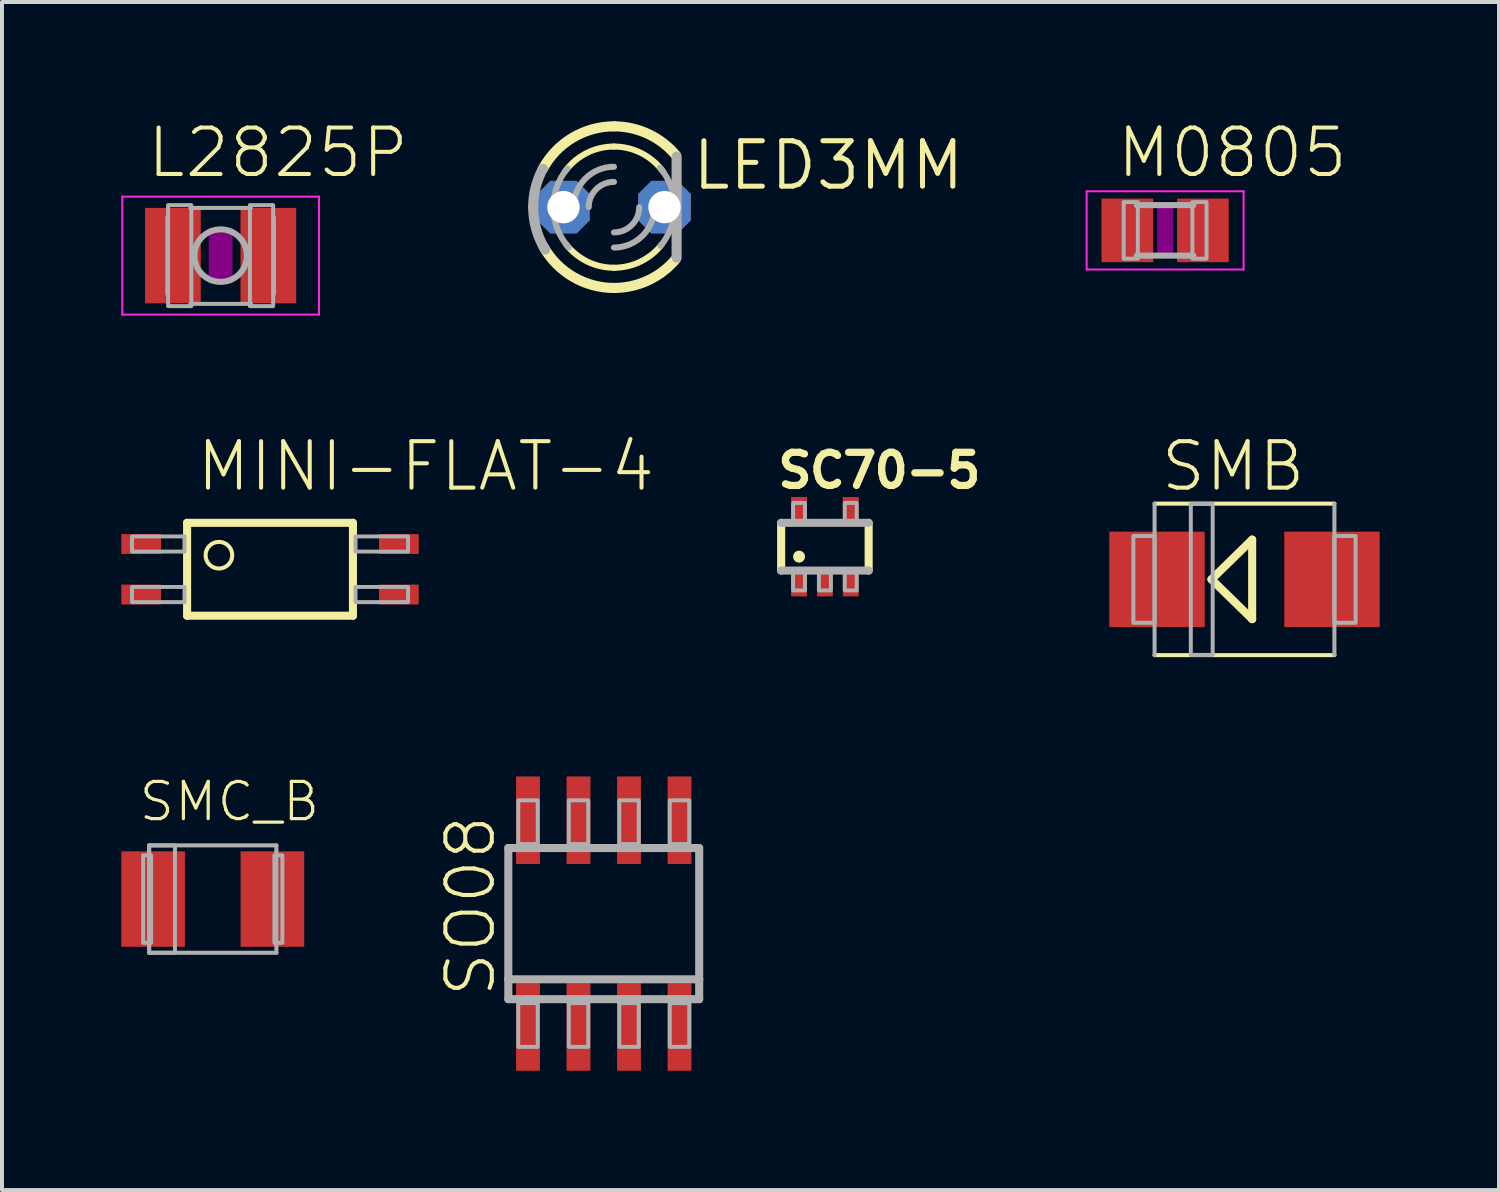
<source format=kicad_pcb>
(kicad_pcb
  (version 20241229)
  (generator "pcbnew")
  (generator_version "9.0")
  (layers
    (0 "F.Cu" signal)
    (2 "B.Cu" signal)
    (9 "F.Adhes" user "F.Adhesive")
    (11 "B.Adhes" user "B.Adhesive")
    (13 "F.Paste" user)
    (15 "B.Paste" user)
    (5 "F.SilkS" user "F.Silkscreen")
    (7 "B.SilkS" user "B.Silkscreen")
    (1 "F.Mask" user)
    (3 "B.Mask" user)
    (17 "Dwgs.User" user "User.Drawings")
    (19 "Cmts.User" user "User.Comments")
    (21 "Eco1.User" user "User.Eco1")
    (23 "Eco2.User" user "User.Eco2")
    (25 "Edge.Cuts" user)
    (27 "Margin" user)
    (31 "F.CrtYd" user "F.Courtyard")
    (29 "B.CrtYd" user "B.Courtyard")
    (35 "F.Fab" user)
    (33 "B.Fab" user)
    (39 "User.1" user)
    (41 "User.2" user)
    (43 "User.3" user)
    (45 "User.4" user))
  (footprint "SO08"
    (layer "F.Cu")
    (at 12.132 20.175)
    (property "Reference" "SO08" (at -2.667 1.905 90) (layer "F.SilkS") (effects (font (size 1.168 1.168) (thickness 0.102)) (justify left bottom)))
    (fp_line (start -2.4 -1.9) (end 2.4 -1.9) (stroke (width 0.203) (type solid)) (layer "F.Fab"))
    (fp_line (start -2.4 1.4) (end -2.4 -1.9) (stroke (width 0.203) (type solid)) (layer "F.Fab"))
    (fp_line (start -2.4 1.9) (end -2.4 1.4) (stroke (width 0.203) (type solid)) (layer "F.Fab"))
    (fp_line (start 2.4 -1.9) (end 2.4 1.4) (stroke (width 0.203) (type solid)) (layer "F.Fab"))
    (fp_line (start 2.4 1.4) (end -2.4 1.4) (stroke (width 0.203) (type solid)) (layer "F.Fab"))
    (fp_line (start 2.4 1.4) (end 2.4 1.9) (stroke (width 0.203) (type solid)) (layer "F.Fab"))
    (fp_line (start 2.4 1.9) (end -2.4 1.9) (stroke (width 0.203) (type solid)) (layer "F.Fab"))
    (fp_poly (pts (xy -2.15 -2) (xy -1.66 -2) (xy -1.66 -3.1) (xy -2.15 -3.1)) (stroke (width 0.1) (type solid)) (fill no) (layer "F.Fab"))
    (fp_poly (pts (xy -2.15 3.1) (xy -1.66 3.1) (xy -1.66 2) (xy -2.15 2)) (stroke (width 0.1) (type solid)) (fill no) (layer "F.Fab"))
    (fp_poly (pts (xy -0.88 -2) (xy -0.39 -2) (xy -0.39 -3.1) (xy -0.88 -3.1)) (stroke (width 0.1) (type solid)) (fill no) (layer "F.Fab"))
    (fp_poly (pts (xy -0.88 3.1) (xy -0.39 3.1) (xy -0.39 2) (xy -0.88 2)) (stroke (width 0.1) (type solid)) (fill no) (layer "F.Fab"))
    (fp_poly (pts (xy 0.39 -2) (xy 0.88 -2) (xy 0.88 -3.1) (xy 0.39 -3.1)) (stroke (width 0.1) (type solid)) (fill no) (layer "F.Fab"))
    (fp_poly (pts (xy 0.39 3.1) (xy 0.88 3.1) (xy 0.88 2) (xy 0.39 2)) (stroke (width 0.1) (type solid)) (fill no) (layer "F.Fab"))
    (fp_poly (pts (xy 1.66 -2) (xy 2.15 -2) (xy 2.15 -3.1) (xy 1.66 -3.1)) (stroke (width 0.1) (type solid)) (fill no) (layer "F.Fab"))
    (fp_poly (pts (xy 1.66 3.1) (xy 2.15 3.1) (xy 2.15 2) (xy 1.66 2)) (stroke (width 0.1) (type solid)) (fill no) (layer "F.Fab"))
    (pad "1" smd rect (at -1.905 2.6) (size 0.6 2.2) (layers "F.Cu" "F.Mask" "F.Paste"))
    (pad "2" smd rect (at -0.635 2.6) (size 0.6 2.2) (layers "F.Cu" "F.Mask" "F.Paste"))
    (pad "3" smd rect (at 0.635 2.6) (size 0.6 2.2) (layers "F.Cu" "F.Mask" "F.Paste"))
    (pad "4" smd rect (at 1.905 2.6) (size 0.6 2.2) (layers "F.Cu" "F.Mask" "F.Paste"))
    (pad "5" smd rect (at 1.905 -2.6) (size 0.6 2.2) (layers "F.Cu" "F.Mask" "F.Paste"))
    (pad "6" smd rect (at 0.635 -2.6) (size 0.6 2.2) (layers "F.Cu" "F.Mask" "F.Paste"))
    (pad "7" smd rect (at -0.635 -2.6) (size 0.6 2.2) (layers "F.Cu" "F.Mask" "F.Paste"))
    (pad "8" smd rect (at -1.905 -2.6) (size 0.6 2.2) (layers "F.Cu" "F.Mask" "F.Paste")))
  (footprint "LED3MM"
    (layer "F.Cu")
    (at 12.389 2.159)
    (property "Reference" "LED3MM" (at 1.905 -0.381 0) (layer "F.SilkS") (effects (font (size 1.143 1.143) (thickness 0.127)) (justify left bottom)))
    (fp_arc (start -1.7929 -0.9562) (mid -1.045438 -1.7424) (end 0 -2.032) (stroke (width 0.254) (type solid)) (layer "F.SilkS"))
    (fp_arc (start -1.2192 -0.9144) (mid -0.681554 -1.363107) (end 0 -1.524) (stroke (width 0.1524) (type solid)) (layer "F.SilkS"))
    (fp_arc (start 0 -2.032) (mid 0.861864 -1.840173) (end 1.561 -1.3009) (stroke (width 0.254) (type solid)) (layer "F.SilkS"))
    (fp_arc (start 0 -1.524) (mid 0.697339 -1.355082) (end 1.2401 -0.885801) (stroke (width 0.1524) (type solid)) (layer "F.SilkS"))
    (fp_arc (start 0 1.524) (mid -0.669593 1.369018) (end -1.203 0.9356) (stroke (width 0.1524) (type solid)) (layer "F.SilkS"))
    (fp_arc (start 0 2.032) (mid -1.019924 1.757525) (end -1.7643 1.0082) (stroke (width 0.254) (type solid)) (layer "F.SilkS"))
    (fp_arc (start 1.203 0.9356) (mid 0.669593 1.369018) (end 0 1.524) (stroke (width 0.1524) (type solid)) (layer "F.SilkS"))
    (fp_arc (start 1.5512 1.3126) (mid 0.854953 1.843405) (end 0 2.032) (stroke (width 0.254) (type solid)) (layer "F.SilkS"))
    (fp_line (start 1.575 1.27) (end 1.575 -1.27) (stroke (width 0.254) (type solid)) (layer "F.Fab"))
    (fp_arc (start -2.032 0) (mid -1.970339 -0.496775) (end -1.7891 -0.9634) (stroke (width 0.254) (type solid)) (layer "F.Fab"))
    (fp_arc (start -1.7306 1.065) (mid -1.95521 0.553417) (end -2.032 0) (stroke (width 0.254) (type solid)) (layer "F.Fab"))
    (fp_arc (start -1.524 0) (mid -1.432981 -0.518783) (end -1.1708 -0.9756) (stroke (width 0.1524) (type solid)) (layer "F.Fab"))
    (fp_arc (start -1.1391 1.0125) (mid -1.42454 0.5416) (end -1.524 0) (stroke (width 0.1524) (type solid)) (layer "F.Fab"))
    (fp_arc (start -1.016 0) (mid -0.71842 -0.71842) (end 0 -1.016) (stroke (width 0.1524) (type solid)) (layer "F.Fab"))
    (fp_arc (start -0.635 0) (mid -0.449013 -0.449013) (end 0 -0.635) (stroke (width 0.1524) (type solid)) (layer "F.Fab"))
    (fp_arc (start 0.635 0) (mid 0.449013 0.449013) (end 0 0.635) (stroke (width 0.1524) (type solid)) (layer "F.Fab"))
    (fp_arc (start 1.016 0) (mid 0.71842 0.71842) (end 0 1.016) (stroke (width 0.1524) (type solid)) (layer "F.Fab"))
    (fp_arc (start 1.1571 -0.9918) (mid 1.429332 -0.528744) (end 1.524 0) (stroke (width 0.1524) (type solid)) (layer "F.Fab"))
    (fp_arc (start 1.524 0) (mid 1.432981 0.518783) (end 1.1708 0.9756) (stroke (width 0.1524) (type solid)) (layer "F.Fab"))
    (pad "A" thru_hole roundrect (at -1.27 0) (size 1.321 1.321) (drill 0.813) (layers "*.Cu" "*.Mask") (roundrect_rratio 0.25) (chamfer_ratio 0.25) (chamfer top_left top_right bottom_left bottom_right))
    (pad "K" thru_hole roundrect (at 1.27 0) (size 1.321 1.321) (drill 0.813) (layers "*.Cu" "*.Mask") (roundrect_rratio 0.25) (chamfer_ratio 0.25) (chamfer top_left top_right bottom_left bottom_right)))
  (footprint "L2825P"
    (layer "F.Cu")
    (at 2.498 3.378)
    (property "Reference" "L2825P" (at -1.905 -1.905 0) (layer "F.SilkS") (effects (font (size 1.168 1.168) (thickness 0.102)) (justify left bottom)))
    (fp_poly (pts (xy -0.3 0.7) (xy 0.3 0.7) (xy 0.3 -0.7) (xy -0.3 -0.7)) (stroke (width 0) (type solid)) (fill yes) (layer "F.Adhes"))
    (fp_line (start -2.473 -1.483) (end 2.473 -1.483) (stroke (width 0.051) (type solid)) (layer "F.CrtYd"))
    (fp_line (start -2.473 1.483) (end -2.473 -1.483) (stroke (width 0.051) (type solid)) (layer "F.CrtYd"))
    (fp_line (start 2.473 -1.483) (end 2.473 1.483) (stroke (width 0.051) (type solid)) (layer "F.CrtYd"))
    (fp_line (start 2.473 1.483) (end -2.473 1.483) (stroke (width 0.051) (type solid)) (layer "F.CrtYd"))
    (fp_line (start -1.34 -0.965) (end -1.34 0.965) (stroke (width 0.102) (type solid)) (layer "F.Fab"))
    (fp_line (start -0.762 -1.2) (end 0.762 -1.2) (stroke (width 0.102) (type solid)) (layer "F.Fab"))
    (fp_line (start -0.762 1.213) (end 0.762 1.213) (stroke (width 0.102) (type solid)) (layer "F.Fab"))
    (fp_line (start 1.34 0.965) (end 1.34 -0.965) (stroke (width 0.102) (type solid)) (layer "F.Fab"))
    (fp_circle (center 0 0) (end 0.66 0) (stroke (width 0.152) (type solid)) (fill no) (layer "F.Fab"))
    (fp_poly (pts (xy -1.321 1.27) (xy -0.737 1.27) (xy -0.737 -1.27) (xy -1.321 -1.27)) (stroke (width 0.1) (type solid)) (fill no) (layer "F.Fab"))
    (fp_poly (pts (xy 0.737 1.27) (xy 1.321 1.27) (xy 1.321 -1.27) (xy 0.737 -1.27)) (stroke (width 0.1) (type solid)) (fill no) (layer "F.Fab"))
    (pad "1" smd rect (at -1.2 0) (size 1.4 2.4) (layers "F.Cu" "F.Mask" "F.Paste"))
    (pad "2" smd rect (at 1.2 0) (size 1.4 2.4) (layers "F.Cu" "F.Mask" "F.Paste")))
  (footprint "M0805"
    (layer "F.Cu")
    (at 26.248 2.743)
    (property "Reference" "M0805" (at -1.27 -1.27 0) (layer "F.SilkS") (effects (font (size 1.168 1.168) (thickness 0.102)) (justify left bottom)))
    (fp_poly (pts (xy -0.2 0.6) (xy 0.2 0.6) (xy 0.2 -0.6) (xy -0.2 -0.6)) (stroke (width 0) (type solid)) (fill yes) (layer "F.Adhes"))
    (fp_line (start -1.973 -0.983) (end 1.973 -0.983) (stroke (width 0.051) (type solid)) (layer "F.CrtYd"))
    (fp_line (start -1.973 0.983) (end -1.973 -0.983) (stroke (width 0.051) (type solid)) (layer "F.CrtYd"))
    (fp_line (start 1.973 -0.983) (end 1.973 0.983) (stroke (width 0.051) (type solid)) (layer "F.CrtYd"))
    (fp_line (start 1.973 0.983) (end -1.973 0.983) (stroke (width 0.051) (type solid)) (layer "F.CrtYd"))
    (fp_line (start 0.711 -0.635) (end -0.711 -0.635) (stroke (width 0.152) (type solid)) (layer "F.Fab"))
    (fp_line (start 0.711 0.635) (end -0.711 0.635) (stroke (width 0.152) (type solid)) (layer "F.Fab"))
    (fp_poly (pts (xy -1.041 0.711) (xy -0.686 0.711) (xy -0.686 -0.711) (xy -1.041 -0.711)) (stroke (width 0.1) (type solid)) (fill no) (layer "F.Fab"))
    (fp_poly (pts (xy 0.686 0.711) (xy 1.041 0.711) (xy 1.041 -0.711) (xy 0.686 -0.711)) (stroke (width 0.1) (type solid)) (fill no) (layer "F.Fab"))
    (pad "1" smd rect (at -0.95 0) (size 1.3 1.6) (layers "F.Cu" "F.Mask" "F.Paste"))
    (pad "2" smd rect (at 0.95 0) (size 1.3 1.6) (layers "F.Cu" "F.Mask" "F.Paste")))
  (footprint "MINI-FLAT-4"
    (layer "F.Cu")
    (at 3.74 11.265)
    (property "Reference" "MINI-FLAT-4" (at -1.905 -1.905 0) (layer "F.SilkS") (effects (font (size 1.168 1.168) (thickness 0.102)) (justify left bottom)))
    (fp_line (start -2.085 -1.168) (end -2.085 1.168) (stroke (width 0.203) (type solid)) (layer "F.SilkS"))
    (fp_line (start -2.085 1.168) (end 2.085 1.168) (stroke (width 0.203) (type solid)) (layer "F.SilkS"))
    (fp_line (start 2.085 -1.168) (end -2.085 -1.168) (stroke (width 0.203) (type solid)) (layer "F.SilkS"))
    (fp_line (start 2.085 1.168) (end 2.085 -1.168) (stroke (width 0.203) (type solid)) (layer "F.SilkS"))
    (fp_circle (center -1.285 -0.354) (end -0.95 -0.354) (stroke (width 0.102) (type solid)) (fill no) (layer "F.SilkS"))
    (fp_poly (pts (xy -3.471 -0.445) (xy -2.15 -0.445) (xy -2.15 -0.826) (xy -3.471 -0.826)) (stroke (width 0.1) (type solid)) (fill no) (layer "F.Fab"))
    (fp_poly (pts (xy -3.471 0.826) (xy -2.15 0.826) (xy -2.15 0.445) (xy -3.471 0.445)) (stroke (width 0.1) (type solid)) (fill no) (layer "F.Fab"))
    (fp_poly (pts (xy 3.471 -0.826) (xy 2.15 -0.826) (xy 2.15 -0.445) (xy 3.471 -0.445)) (stroke (width 0.1) (type solid)) (fill no) (layer "F.Fab"))
    (fp_poly (pts (xy 3.471 0.445) (xy 2.15 0.445) (xy 2.15 0.826) (xy 3.471 0.826)) (stroke (width 0.1) (type solid)) (fill no) (layer "F.Fab"))
    (pad "1" smd rect (at -3.24 -0.635) (size 1 0.5) (layers "F.Cu" "F.Mask" "F.Paste"))
    (pad "2" smd rect (at -3.24 0.635) (size 1 0.5) (layers "F.Cu" "F.Mask" "F.Paste"))
    (pad "3" smd rect (at 3.24 0.635 180) (size 1 0.5) (layers "F.Cu" "F.Mask" "F.Paste"))
    (pad "4" smd rect (at 3.24 -0.635 180) (size 1 0.5) (layers "F.Cu" "F.Mask" "F.Paste")))
  (footprint "SC70-5"
    (layer "F.Cu")
    (at 17.693 10.697)
    (property "Reference" "SC70-5" (at -1.27 -1.429 0) (layer "F.SilkS") (effects (font (size 0.833 0.833) (thickness 0.183)) (justify left bottom)))
    (fp_line (start -1.1 0.6) (end -1.1 -0.6) (stroke (width 0.203) (type solid)) (layer "F.SilkS"))
    (fp_line (start 1.1 -0.6) (end 1.1 0.6) (stroke (width 0.203) (type solid)) (layer "F.SilkS"))
    (fp_circle (center -0.65 0.25) (end -0.575 0.25) (stroke (width 0.15) (type solid)) (fill yes) (layer "F.SilkS"))
    (fp_line (start -1.1 -0.6) (end 1.1 -0.6) (stroke (width 0.203) (type solid)) (layer "F.Fab"))
    (fp_line (start 1.1 0.6) (end -1.1 0.6) (stroke (width 0.203) (type solid)) (layer "F.Fab"))
    (fp_poly (pts (xy -0.8 -0.6) (xy -0.5 -0.6) (xy -0.5 -1.1) (xy -0.8 -1.1)) (stroke (width 0.1) (type solid)) (fill no) (layer "F.Fab"))
    (fp_poly (pts (xy -0.8 1.1) (xy -0.5 1.1) (xy -0.5 0.6) (xy -0.8 0.6)) (stroke (width 0.1) (type solid)) (fill no) (layer "F.Fab"))
    (fp_poly (pts (xy -0.15 1.1) (xy 0.15 1.1) (xy 0.15 0.6) (xy -0.15 0.6)) (stroke (width 0.1) (type solid)) (fill no) (layer "F.Fab"))
    (fp_poly (pts (xy 0.5 -0.6) (xy 0.8 -0.6) (xy 0.8 -1.1) (xy 0.5 -1.1)) (stroke (width 0.1) (type solid)) (fill no) (layer "F.Fab"))
    (fp_poly (pts (xy 0.5 1.1) (xy 0.8 1.1) (xy 0.8 0.6) (xy 0.5 0.6)) (stroke (width 0.1) (type solid)) (fill no) (layer "F.Fab"))
    (pad "1" smd rect (at -0.65 0.95) (size 0.4 0.6) (layers "F.Cu" "F.Mask" "F.Paste"))
    (pad "2" smd rect (at 0 0.95) (size 0.4 0.6) (layers "F.Cu" "F.Mask" "F.Paste"))
    (pad "3" smd rect (at 0.65 0.95) (size 0.4 0.6) (layers "F.Cu" "F.Mask" "F.Paste"))
    (pad "4" smd rect (at 0.65 -0.95) (size 0.4 0.6) (layers "F.Cu" "F.Mask" "F.Paste"))
    (pad "5" smd rect (at -0.65 -0.95) (size 0.4 0.6) (layers "F.Cu" "F.Mask" "F.Paste")))
  (footprint "SMC_B"
    (layer "F.Cu")
    (at 2.3 19.558)
    (property "Reference" "SMC_B" (at -1.905 -1.905 0) (layer "F.SilkS") (effects (font (size 0.935 0.935) (thickness 0.081)) (justify left bottom)))
    (fp_line (start -1.6 -1.35) (end 1.6 -1.35) (stroke (width 0.102) (type solid)) (layer "F.Fab"))
    (fp_line (start -1.6 1.35) (end -1.6 -1.35) (stroke (width 0.102) (type solid)) (layer "F.Fab"))
    (fp_line (start 1.6 -1.35) (end 1.6 1.35) (stroke (width 0.102) (type solid)) (layer "F.Fab"))
    (fp_line (start 1.6 1.35) (end -1.6 1.35) (stroke (width 0.102) (type solid)) (layer "F.Fab"))
    (fp_poly (pts (xy -1.75 1.1) (xy -1.55 1.1) (xy -1.55 -1.1) (xy -1.75 -1.1)) (stroke (width 0.1) (type solid)) (fill no) (layer "F.Fab"))
    (fp_poly (pts (xy -1.6 1.35) (xy -0.95 1.35) (xy -0.95 -1.35) (xy -1.6 -1.35)) (stroke (width 0.1) (type solid)) (fill no) (layer "F.Fab"))
    (fp_poly (pts (xy 1.75 -1.1) (xy 1.55 -1.1) (xy 1.55 1.1) (xy 1.75 1.1)) (stroke (width 0.1) (type solid)) (fill no) (layer "F.Fab"))
    (pad "+" smd rect (at -1.5 0) (size 1.6 2.4) (layers "F.Cu" "F.Mask" "F.Paste"))
    (pad "-" smd rect (at 1.5 0 180) (size 1.6 2.4) (layers "F.Cu" "F.Mask" "F.Paste")))
  (footprint "SMB"
    (layer "F.Cu")
    (at 28.244 11.519)
    (property "Reference" "SMB" (at -2.159 -2.159 0) (layer "F.SilkS") (effects (font (size 1.168 1.168) (thickness 0.102)) (justify left bottom)))
    (fp_line (start -2.261 -1.905) (end 2.261 -1.905) (stroke (width 0.102) (type solid)) (layer "F.SilkS"))
    (fp_line (start -2.261 1.905) (end 2.261 1.905) (stroke (width 0.102) (type solid)) (layer "F.SilkS"))
    (fp_line (start -0.83 0) (end 0.193 1) (stroke (width 0.203) (type solid)) (layer "F.SilkS"))
    (fp_line (start 0.193 -1) (end -0.83 0) (stroke (width 0.203) (type solid)) (layer "F.SilkS"))
    (fp_line (start 0.193 1) (end 0.193 -1) (stroke (width 0.203) (type solid)) (layer "F.SilkS"))
    (fp_line (start -2.261 1.905) (end -2.261 -1.905) (stroke (width 0.102) (type solid)) (layer "F.Fab"))
    (fp_line (start 2.261 1.905) (end 2.261 -1.905) (stroke (width 0.102) (type solid)) (layer "F.Fab"))
    (fp_poly (pts (xy -2.794 1.092) (xy -2.261 1.092) (xy -2.261 -1.092) (xy -2.794 -1.092)) (stroke (width 0.1) (type solid)) (fill no) (layer "F.Fab"))
    (fp_poly (pts (xy -1.35 1.9) (xy -0.8 1.9) (xy -0.8 -1.9) (xy -1.35 -1.9)) (stroke (width 0.1) (type solid)) (fill no) (layer "F.Fab"))
    (fp_poly (pts (xy 2.261 1.092) (xy 2.794 1.092) (xy 2.794 -1.092) (xy 2.261 -1.092)) (stroke (width 0.1) (type solid)) (fill no) (layer "F.Fab"))
    (pad "A" smd rect (at 2.2 0) (size 2.4 2.4) (layers "F.Cu" "F.Mask" "F.Paste"))
    (pad "C" smd rect (at -2.2 0) (size 2.4 2.4) (layers "F.Cu" "F.Mask" "F.Paste")))
  (gr_rect
    (start -3 -3)
    (end 34.644 26.875)
    (stroke (width 0.1) (type default))
    (fill no)
    (layer "Edge.Cuts")))
</source>
